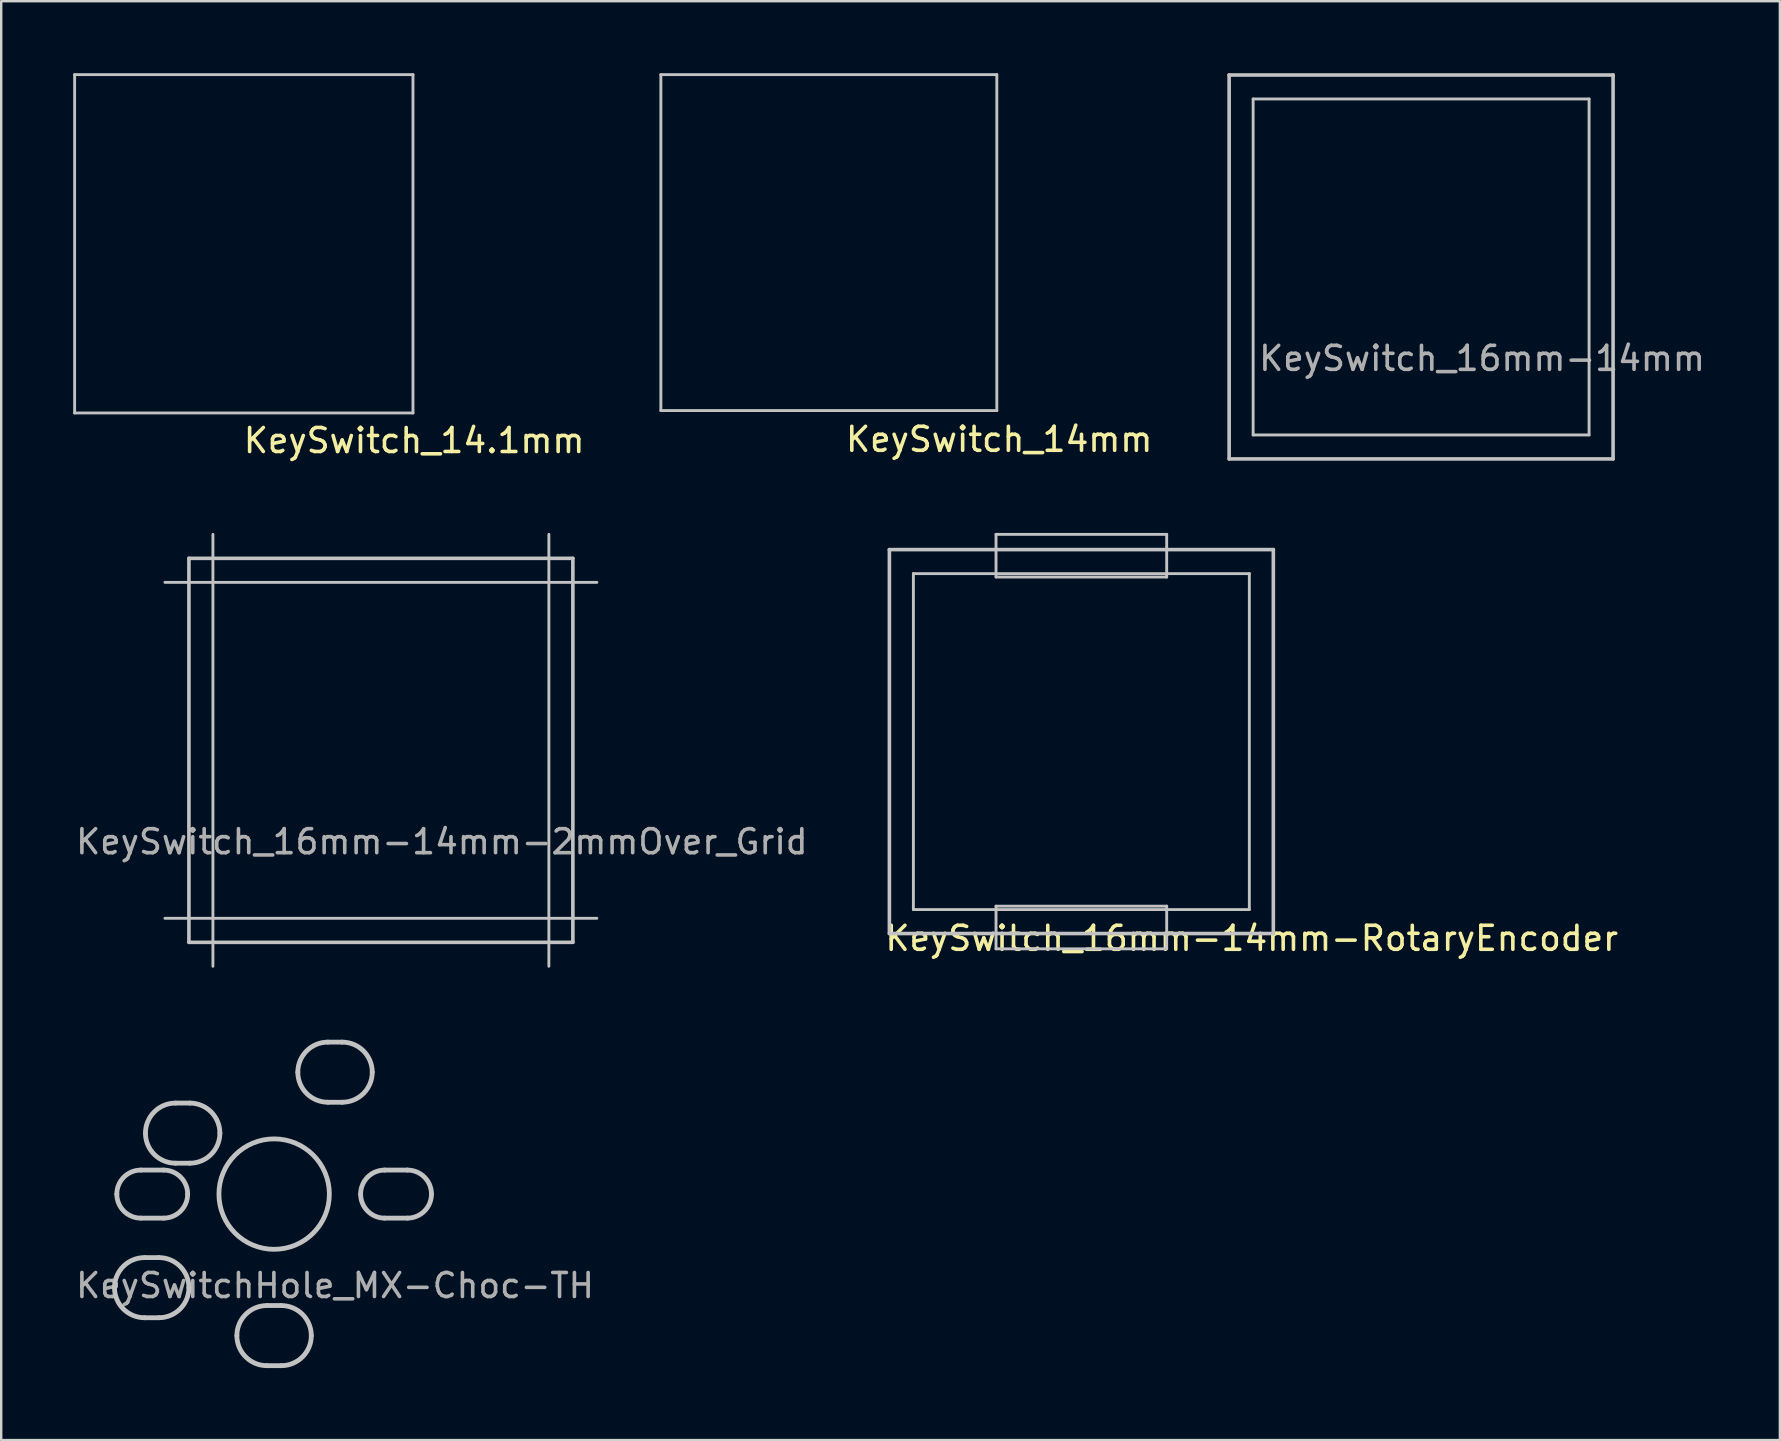
<source format=kicad_pcb>
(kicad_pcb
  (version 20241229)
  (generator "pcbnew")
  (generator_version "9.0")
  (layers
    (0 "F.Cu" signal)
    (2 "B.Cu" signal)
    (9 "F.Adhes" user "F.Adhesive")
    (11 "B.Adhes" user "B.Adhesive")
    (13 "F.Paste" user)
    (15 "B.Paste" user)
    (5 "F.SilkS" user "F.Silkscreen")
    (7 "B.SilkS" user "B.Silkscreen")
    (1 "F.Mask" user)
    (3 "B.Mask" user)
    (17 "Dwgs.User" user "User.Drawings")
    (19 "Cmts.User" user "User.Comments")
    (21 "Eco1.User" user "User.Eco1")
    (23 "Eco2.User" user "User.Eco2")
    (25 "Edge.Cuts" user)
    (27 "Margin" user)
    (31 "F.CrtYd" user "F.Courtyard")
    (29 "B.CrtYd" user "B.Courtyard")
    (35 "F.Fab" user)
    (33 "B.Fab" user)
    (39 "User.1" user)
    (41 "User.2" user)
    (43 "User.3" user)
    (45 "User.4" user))
  (footprint "KeySwitch_16mm-14mm-2mmOver_Grid"
    (layer "F.Cu")
    (at 12.823 28.218)
    (property "Reference" "KeySwitch_16mm-14mm-2mmOver_Grid" (at 2.54 3.81 0) (layer "F.Fab") (effects (font (size 1 1) (thickness 0.15))))
    (attr through_hole)
    (fp_line (start -9 7) (end 9 7) (stroke (width 0.12) (type solid)) (layer "Dwgs.User"))
    (fp_line (start -8 -8) (end 8 -8) (stroke (width 0.15) (type solid)) (layer "Dwgs.User"))
    (fp_line (start -8 8) (end -8 -8) (stroke (width 0.15) (type solid)) (layer "Dwgs.User"))
    (fp_line (start -7 -9) (end -7 9) (stroke (width 0.12) (type solid)) (layer "Dwgs.User"))
    (fp_line (start 7 9) (end 7 -9) (stroke (width 0.12) (type solid)) (layer "Dwgs.User"))
    (fp_line (start 8 -8) (end 8 8) (stroke (width 0.15) (type solid)) (layer "Dwgs.User"))
    (fp_line (start 8 8) (end -8 8) (stroke (width 0.15) (type solid)) (layer "Dwgs.User"))
    (fp_line (start 9 -7) (end -9 -7) (stroke (width 0.12) (type solid)) (layer "Dwgs.User")))
  (footprint "KeySwitch_16mm-14mm"
    (layer "F.Cu")
    (at 56.171 8.075)
    (property "Reference" "KeySwitch_16mm-14mm" (at 2.54 3.81 0) (layer "F.Fab") (effects (font (size 1 1) (thickness 0.15))))
    (attr through_hole)
    (fp_line (start -8 -8) (end 8 -8) (stroke (width 0.15) (type solid)) (layer "Dwgs.User"))
    (fp_line (start -8 8) (end -8 -8) (stroke (width 0.15) (type solid)) (layer "Dwgs.User"))
    (fp_line (start -7 -7) (end -7 7) (stroke (width 0.12) (type solid)) (layer "Dwgs.User"))
    (fp_line (start -7 7) (end 7 7) (stroke (width 0.12) (type solid)) (layer "Dwgs.User"))
    (fp_line (start 7 -7) (end -7 -7) (stroke (width 0.12) (type solid)) (layer "Dwgs.User"))
    (fp_line (start 7 7) (end 7 -7) (stroke (width 0.12) (type solid)) (layer "Dwgs.User"))
    (fp_line (start 8 -8) (end 8 8) (stroke (width 0.15) (type solid)) (layer "Dwgs.User"))
    (fp_line (start 8 8) (end -8 8) (stroke (width 0.15) (type solid)) (layer "Dwgs.User")))
  (footprint "KeySwitch_14.1mm"
    (layer "F.Cu")
    (at 7.11 7.11)
    (property "Reference" "KeySwitch_14.1mm" (at 7.1 8.2 0) (layer "F.SilkS") (effects (font (size 1 1) (thickness 0.15))))
    (attr through_hole)
    (fp_line (start -7.05 -7.05) (end -7.05 7.05) (stroke (width 0.12) (type solid)) (layer "Dwgs.User"))
    (fp_line (start -7.05 7.05) (end 7.05 7.05) (stroke (width 0.12) (type solid)) (layer "Dwgs.User"))
    (fp_line (start 7.05 -7.05) (end -7.05 -7.05) (stroke (width 0.12) (type solid)) (layer "Dwgs.User"))
    (fp_line (start 7.05 7.05) (end 7.05 -7.05) (stroke (width 0.12) (type solid)) (layer "Dwgs.User")))
  (footprint "KeySwitch_16mm-14mm-RotaryEncoder"
    (layer "F.Cu")
    (at 42.013 27.854)
    (property "Reference" "KeySwitch_16mm-14mm-RotaryEncoder" (at 7.1 8.2 0) (layer "F.SilkS") (effects (font (size 1 1) (thickness 0.15))))
    (attr through_hole)
    (fp_line (start -8 -8) (end 8 -8) (stroke (width 0.15) (type solid)) (layer "Dwgs.User"))
    (fp_line (start -8 8) (end -8 -8) (stroke (width 0.15) (type solid)) (layer "Dwgs.User"))
    (fp_line (start -7 -7) (end -7 7) (stroke (width 0.12) (type solid)) (layer "Dwgs.User"))
    (fp_line (start -7 7) (end 7 7) (stroke (width 0.12) (type solid)) (layer "Dwgs.User"))
    (fp_line (start -3.556 -8.636) (end -3.556 -6.858) (stroke (width 0.12) (type solid)) (layer "Dwgs.User"))
    (fp_line (start -3.556 -6.858) (end 3.556 -6.858) (stroke (width 0.12) (type solid)) (layer "Dwgs.User"))
    (fp_line (start -3.556 6.858) (end -3.556 8.636) (stroke (width 0.12) (type solid)) (layer "Dwgs.User"))
    (fp_line (start -3.556 8.636) (end 3.556 8.636) (stroke (width 0.12) (type solid)) (layer "Dwgs.User"))
    (fp_line (start 3.556 -8.636) (end -3.556 -8.636) (stroke (width 0.12) (type solid)) (layer "Dwgs.User"))
    (fp_line (start 3.556 -6.858) (end 3.556 -8.636) (stroke (width 0.12) (type solid)) (layer "Dwgs.User"))
    (fp_line (start 3.556 6.858) (end -3.556 6.858) (stroke (width 0.12) (type solid)) (layer "Dwgs.User"))
    (fp_line (start 3.556 8.636) (end 3.556 6.858) (stroke (width 0.12) (type solid)) (layer "Dwgs.User"))
    (fp_line (start 7 -7) (end -7 -7) (stroke (width 0.12) (type solid)) (layer "Dwgs.User"))
    (fp_line (start 7 7) (end 7 -7) (stroke (width 0.12) (type solid)) (layer "Dwgs.User"))
    (fp_line (start 8 -8) (end 8 8) (stroke (width 0.15) (type solid)) (layer "Dwgs.User"))
    (fp_line (start 8 8) (end -8 8) (stroke (width 0.15) (type solid)) (layer "Dwgs.User")))
  (footprint "KeySwitchHole_MX-Choc-TH"
    (layer "F.Cu")
    (at 8.374 46.711)
    (property "Reference" "KeySwitchHole_MX-Choc-TH" (at 2.537 3.812 0) (layer "F.Fab") (effects (font (size 1 1) (thickness 0.15))))
    (attr through_hole)
    (fp_circle (center 0 0) (end 2.301 0) (stroke (width 0.2) (type solid)) (fill no) (layer "Dwgs.User"))
    (fp_curve (pts (xy -6.653 3.899) (xy -6.653 3.207) (xy -6.092 2.646) (xy -5.4 2.646)) (stroke (width 0.2) (type solid)) (layer "Dwgs.User"))
    (fp_curve (pts (xy -6.556 -0.000255) (xy -6.556 -0.553) (xy -6.108 -1.001) (xy -5.555 -1.001)) (stroke (width 0.2) (type solid)) (layer "Dwgs.User"))
    (fp_curve (pts (xy -5.555 -1.001) (xy -5.555 -1.001) (xy -4.605 -1.001) (xy -4.605 -1.001)) (stroke (width 0.2) (type solid)) (layer "Dwgs.User"))
    (fp_curve (pts (xy -5.555 1.001) (xy -6.108 1.001) (xy -6.556 0.553) (xy -6.556 -0.000255)) (stroke (width 0.2) (type solid)) (layer "Dwgs.User"))
    (fp_curve (pts (xy -5.4 2.646) (xy -5.4 2.646) (xy -4.804 2.646) (xy -4.804 2.646)) (stroke (width 0.2) (type solid)) (layer "Dwgs.User"))
    (fp_curve (pts (xy -5.4 5.152) (xy -6.092 5.152) (xy -6.653 4.591) (xy -6.653 3.899)) (stroke (width 0.2) (type solid)) (layer "Dwgs.User"))
    (fp_curve (pts (xy -5.363 -2.54) (xy -5.363 -3.232) (xy -4.802 -3.793) (xy -4.11 -3.793)) (stroke (width 0.2) (type solid)) (layer "Dwgs.User"))
    (fp_curve (pts (xy -4.804 2.646) (xy -4.112 2.646) (xy -3.551 3.207) (xy -3.551 3.899)) (stroke (width 0.2) (type solid)) (layer "Dwgs.User"))
    (fp_curve (pts (xy -4.804 5.152) (xy -4.804 5.152) (xy -5.4 5.152) (xy -5.4 5.152)) (stroke (width 0.2) (type solid)) (layer "Dwgs.User"))
    (fp_curve (pts (xy -4.605 -1.001) (xy -4.053 -1.001) (xy -3.604 -0.553) (xy -3.604 -0.000255)) (stroke (width 0.2) (type solid)) (layer "Dwgs.User"))
    (fp_curve (pts (xy -4.605 1.001) (xy -4.605 1.001) (xy -5.555 1.001) (xy -5.555 1.001)) (stroke (width 0.2) (type solid)) (layer "Dwgs.User"))
    (fp_curve (pts (xy -4.11 -3.793) (xy -4.11 -3.793) (xy -3.513 -3.793) (xy -3.513 -3.793)) (stroke (width 0.2) (type solid)) (layer "Dwgs.User"))
    (fp_curve (pts (xy -4.11 -1.288) (xy -4.802 -1.288) (xy -5.363 -1.848) (xy -5.363 -2.54)) (stroke (width 0.2) (type solid)) (layer "Dwgs.User"))
    (fp_curve (pts (xy -3.604 -0.000255) (xy -3.604 0.553) (xy -4.053 1.001) (xy -4.605 1.001)) (stroke (width 0.2) (type solid)) (layer "Dwgs.User"))
    (fp_curve (pts (xy -3.551 3.899) (xy -3.551 4.591) (xy -4.112 5.152) (xy -4.804 5.152)) (stroke (width 0.2) (type solid)) (layer "Dwgs.User"))
    (fp_curve (pts (xy -3.513 -3.793) (xy -2.821 -3.793) (xy -2.261 -3.232) (xy -2.261 -2.54)) (stroke (width 0.2) (type solid)) (layer "Dwgs.User"))
    (fp_curve (pts (xy -3.513 -1.288) (xy -3.513 -1.288) (xy -4.11 -1.288) (xy -4.11 -1.288)) (stroke (width 0.2) (type solid)) (layer "Dwgs.User"))
    (fp_curve (pts (xy -2.261 -2.54) (xy -2.261 -1.848) (xy -2.821 -1.288) (xy -3.513 -1.288)) (stroke (width 0.2) (type solid)) (layer "Dwgs.User"))
    (fp_curve (pts (xy -1.553 5.898) (xy -1.553 5.206) (xy -0.992 4.645) (xy -0.3 4.645)) (stroke (width 0.2) (type solid)) (layer "Dwgs.User"))
    (fp_curve (pts (xy -0.3 4.645) (xy -0.3 4.645) (xy 0.297 4.645) (xy 0.297 4.645)) (stroke (width 0.2) (type solid)) (layer "Dwgs.User"))
    (fp_curve (pts (xy -0.3 7.15) (xy -0.992 7.15) (xy -1.553 6.59) (xy -1.553 5.898)) (stroke (width 0.2) (type solid)) (layer "Dwgs.User"))
    (fp_curve (pts (xy 0.297 4.645) (xy 0.988 4.645) (xy 1.549 5.206) (xy 1.549 5.898)) (stroke (width 0.2) (type solid)) (layer "Dwgs.User"))
    (fp_curve (pts (xy 0.297 7.15) (xy 0.297 7.15) (xy -0.3 7.15) (xy -0.3 7.15)) (stroke (width 0.2) (type solid)) (layer "Dwgs.User"))
    (fp_curve (pts (xy 0.987 -5.08) (xy 0.987 -5.772) (xy 1.548 -6.333) (xy 2.24 -6.333)) (stroke (width 0.2) (type solid)) (layer "Dwgs.User"))
    (fp_curve (pts (xy 1.549 5.898) (xy 1.549 6.59) (xy 0.988 7.15) (xy 0.297 7.15)) (stroke (width 0.2) (type solid)) (layer "Dwgs.User"))
    (fp_curve (pts (xy 2.24 -6.333) (xy 2.24 -6.333) (xy 2.837 -6.333) (xy 2.837 -6.333)) (stroke (width 0.2) (type solid)) (layer "Dwgs.User"))
    (fp_curve (pts (xy 2.24 -3.828) (xy 1.548 -3.828) (xy 0.987 -4.388) (xy 0.987 -5.08)) (stroke (width 0.2) (type solid)) (layer "Dwgs.User"))
    (fp_curve (pts (xy 2.837 -6.333) (xy 3.529 -6.333) (xy 4.089 -5.772) (xy 4.089 -5.08)) (stroke (width 0.2) (type solid)) (layer "Dwgs.User"))
    (fp_curve (pts (xy 2.837 -3.828) (xy 2.837 -3.828) (xy 2.24 -3.828) (xy 2.24 -3.828)) (stroke (width 0.2) (type solid)) (layer "Dwgs.User"))
    (fp_curve (pts (xy 3.604 -0.000255) (xy 3.604 -0.553) (xy 4.052 -1.001) (xy 4.605 -1.001)) (stroke (width 0.2) (type solid)) (layer "Dwgs.User"))
    (fp_curve (pts (xy 4.089 -5.08) (xy 4.089 -4.388) (xy 3.529 -3.828) (xy 2.837 -3.828)) (stroke (width 0.2) (type solid)) (layer "Dwgs.User"))
    (fp_curve (pts (xy 4.605 -1.001) (xy 4.605 -1.001) (xy 5.555 -1.001) (xy 5.555 -1.001)) (stroke (width 0.2) (type solid)) (layer "Dwgs.User"))
    (fp_curve (pts (xy 4.605 1.001) (xy 4.052 1.001) (xy 3.604 0.553) (xy 3.604 -0.000255)) (stroke (width 0.2) (type solid)) (layer "Dwgs.User"))
    (fp_curve (pts (xy 5.555 -1.001) (xy 6.108 -1.001) (xy 6.556 -0.553) (xy 6.556 -0.000255)) (stroke (width 0.2) (type solid)) (layer "Dwgs.User"))
    (fp_curve (pts (xy 5.555 1.001) (xy 5.555 1.001) (xy 4.605 1.001) (xy 4.605 1.001)) (stroke (width 0.2) (type solid)) (layer "Dwgs.User"))
    (fp_curve (pts (xy 6.556 -0.000255) (xy 6.556 0.553) (xy 6.108 1.001) (xy 5.555 1.001)) (stroke (width 0.2) (type solid)) (layer "Dwgs.User")))
  (footprint "KeySwitch_14mm"
    (layer "F.Cu")
    (at 31.49 7.06)
    (property "Reference" "KeySwitch_14mm" (at 7.1 8.2 0) (layer "F.SilkS") (effects (font (size 1 1) (thickness 0.15))))
    (attr through_hole)
    (fp_line (start -7 -7) (end -7 7) (stroke (width 0.12) (type solid)) (layer "Dwgs.User"))
    (fp_line (start -7 7) (end 7 7) (stroke (width 0.12) (type solid)) (layer "Dwgs.User"))
    (fp_line (start 7 -7) (end -7 -7) (stroke (width 0.12) (type solid)) (layer "Dwgs.User"))
    (fp_line (start 7 7) (end 7 -7) (stroke (width 0.12) (type solid)) (layer "Dwgs.User")))
  (gr_rect
    (start -3 -3)
    (end 71.122 56.962)
    (stroke (width 0.1) (type default))
    (fill no)
    (layer "Edge.Cuts")))
</source>
